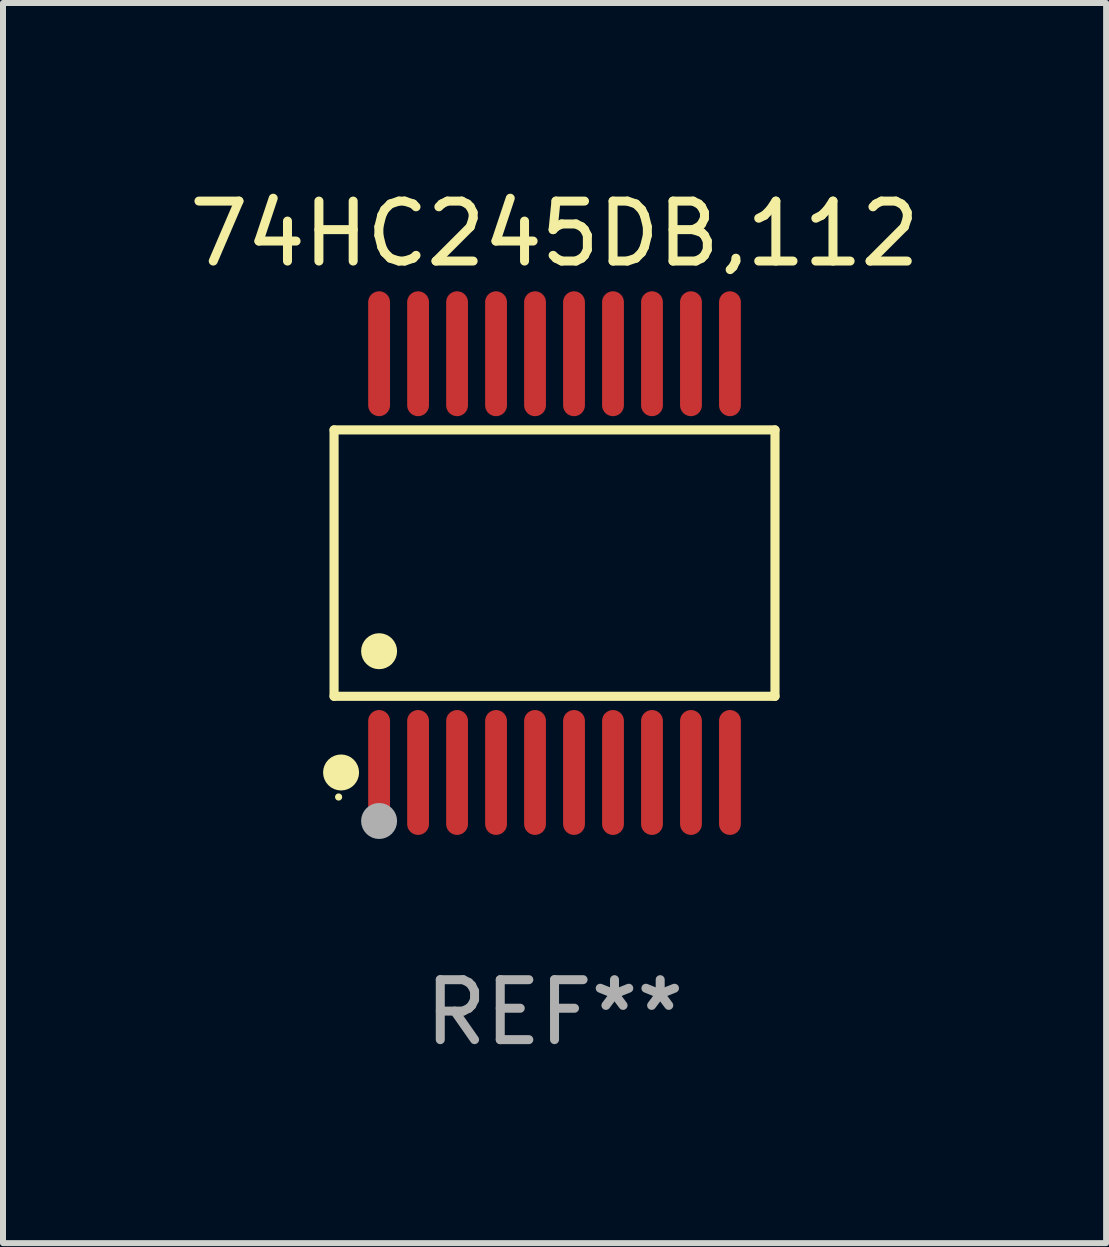
<source format=kicad_pcb>
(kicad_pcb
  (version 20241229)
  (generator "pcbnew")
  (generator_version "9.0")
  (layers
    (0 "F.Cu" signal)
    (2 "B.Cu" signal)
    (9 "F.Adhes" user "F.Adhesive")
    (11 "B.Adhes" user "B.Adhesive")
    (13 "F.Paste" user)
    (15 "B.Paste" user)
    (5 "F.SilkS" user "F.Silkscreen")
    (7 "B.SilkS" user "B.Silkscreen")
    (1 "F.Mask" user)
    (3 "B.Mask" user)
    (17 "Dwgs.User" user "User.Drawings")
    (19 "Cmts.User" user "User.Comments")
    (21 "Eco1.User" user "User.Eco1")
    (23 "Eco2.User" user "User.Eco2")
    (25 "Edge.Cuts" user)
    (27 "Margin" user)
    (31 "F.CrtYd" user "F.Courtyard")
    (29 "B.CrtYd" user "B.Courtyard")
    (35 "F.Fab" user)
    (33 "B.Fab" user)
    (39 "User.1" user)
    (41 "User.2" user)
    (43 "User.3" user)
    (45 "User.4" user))
  (footprint "74HC245DB,112"
    (layer "F.Cu")
    (at 6.196 6.339)
    (property "Reference" "74HC245DB,112" (at 0 -5.491 0) (layer "F.SilkS") (effects (font (size 1 1) (thickness 0.15))))
    (attr through_hole)
    (fp_line (start -3.676 -2.221) (end 3.676 -2.221) (stroke (width 0.152) (type solid)) (layer "F.SilkS"))
    (fp_line (start -3.676 2.221) (end -3.676 -2.221) (stroke (width 0.152) (type solid)) (layer "F.SilkS"))
    (fp_line (start 3.676 -2.221) (end 3.676 2.221) (stroke (width 0.152) (type solid)) (layer "F.SilkS"))
    (fp_line (start 3.676 2.221) (end -3.676 2.221) (stroke (width 0.152) (type solid)) (layer "F.SilkS"))
    (fp_circle (center -3.6 3.9) (end -3.57 3.9) (stroke (width 0.06) (type solid)) (fill no) (layer "F.SilkS"))
    (fp_circle (center -3.559 3.491) (end -3.409 3.491) (stroke (width 0.3) (type solid)) (fill no) (layer "F.SilkS"))
    (fp_circle (center -2.925 1.469) (end -2.775 1.469) (stroke (width 0.3) (type solid)) (fill no) (layer "F.SilkS"))
    (fp_circle (center -2.925 4.3) (end -2.775 4.3) (stroke (width 0.3) (type solid)) (fill no) (layer "F.Fab"))
    (fp_text user "REF**" (at 0 7.491 0) (layer "F.Fab") (effects (font (size 1 1) (thickness 0.15))))
    (pad "1" smd oval (at -2.925 3.491) (size 0.364 2.082) (layers "F.Cu" "F.Mask" "F.Paste"))
    (pad "2" smd oval (at -2.275 3.491) (size 0.364 2.082) (layers "F.Cu" "F.Mask" "F.Paste"))
    (pad "3" smd oval (at -1.625 3.491) (size 0.364 2.082) (layers "F.Cu" "F.Mask" "F.Paste"))
    (pad "4" smd oval (at -0.975 3.491) (size 0.364 2.082) (layers "F.Cu" "F.Mask" "F.Paste"))
    (pad "5" smd oval (at -0.325 3.491) (size 0.364 2.082) (layers "F.Cu" "F.Mask" "F.Paste"))
    (pad "6" smd oval (at 0.325 3.491) (size 0.364 2.082) (layers "F.Cu" "F.Mask" "F.Paste"))
    (pad "7" smd oval (at 0.975 3.491) (size 0.364 2.082) (layers "F.Cu" "F.Mask" "F.Paste"))
    (pad "8" smd oval (at 1.625 3.491) (size 0.364 2.082) (layers "F.Cu" "F.Mask" "F.Paste"))
    (pad "9" smd oval (at 2.275 3.491) (size 0.364 2.082) (layers "F.Cu" "F.Mask" "F.Paste"))
    (pad "10" smd oval (at 2.925 3.491) (size 0.364 2.082) (layers "F.Cu" "F.Mask" "F.Paste"))
    (pad "11" smd oval (at 2.925 -3.491) (size 0.364 2.082) (layers "F.Cu" "F.Mask" "F.Paste"))
    (pad "12" smd oval (at 2.275 -3.491) (size 0.364 2.082) (layers "F.Cu" "F.Mask" "F.Paste"))
    (pad "13" smd oval (at 1.625 -3.491) (size 0.364 2.082) (layers "F.Cu" "F.Mask" "F.Paste"))
    (pad "14" smd oval (at 0.975 -3.491) (size 0.364 2.082) (layers "F.Cu" "F.Mask" "F.Paste"))
    (pad "15" smd oval (at 0.325 -3.491) (size 0.364 2.082) (layers "F.Cu" "F.Mask" "F.Paste"))
    (pad "16" smd oval (at -0.325 -3.491) (size 0.364 2.082) (layers "F.Cu" "F.Mask" "F.Paste"))
    (pad "17" smd oval (at -0.975 -3.491) (size 0.364 2.082) (layers "F.Cu" "F.Mask" "F.Paste"))
    (pad "18" smd oval (at -1.625 -3.491) (size 0.364 2.082) (layers "F.Cu" "F.Mask" "F.Paste"))
    (pad "19" smd oval (at -2.275 -3.491) (size 0.364 2.082) (layers "F.Cu" "F.Mask" "F.Paste"))
    (pad "20" smd oval (at -2.925 -3.491) (size 0.364 2.082) (layers "F.Cu" "F.Mask" "F.Paste")))
  (gr_rect
    (start -3 -3)
    (end 15.393 17.678)
    (stroke (width 0.1) (type default))
    (fill no)
    (layer "Edge.Cuts")))
</source>
